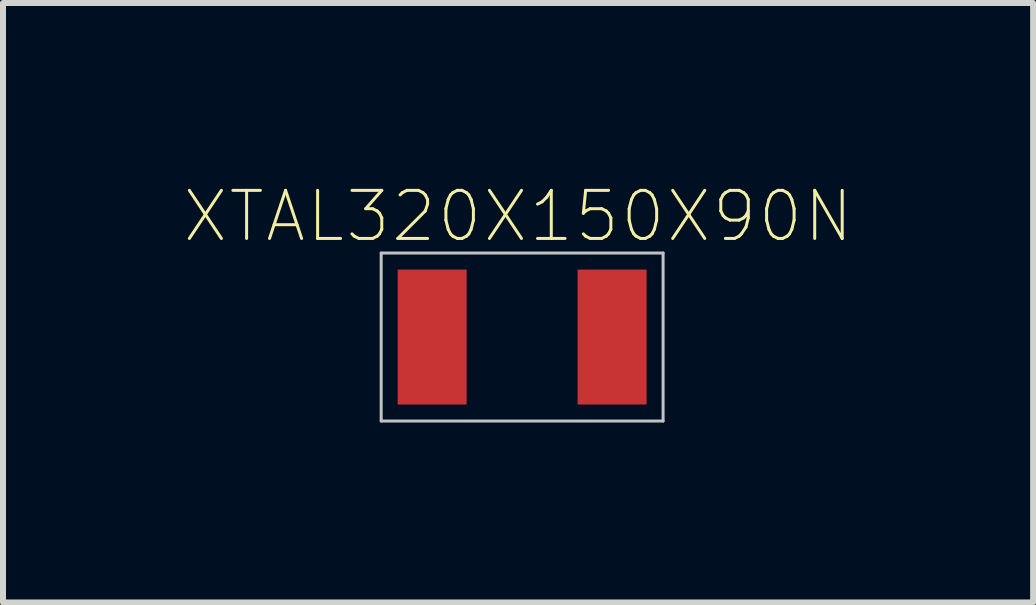
<source format=kicad_pcb>
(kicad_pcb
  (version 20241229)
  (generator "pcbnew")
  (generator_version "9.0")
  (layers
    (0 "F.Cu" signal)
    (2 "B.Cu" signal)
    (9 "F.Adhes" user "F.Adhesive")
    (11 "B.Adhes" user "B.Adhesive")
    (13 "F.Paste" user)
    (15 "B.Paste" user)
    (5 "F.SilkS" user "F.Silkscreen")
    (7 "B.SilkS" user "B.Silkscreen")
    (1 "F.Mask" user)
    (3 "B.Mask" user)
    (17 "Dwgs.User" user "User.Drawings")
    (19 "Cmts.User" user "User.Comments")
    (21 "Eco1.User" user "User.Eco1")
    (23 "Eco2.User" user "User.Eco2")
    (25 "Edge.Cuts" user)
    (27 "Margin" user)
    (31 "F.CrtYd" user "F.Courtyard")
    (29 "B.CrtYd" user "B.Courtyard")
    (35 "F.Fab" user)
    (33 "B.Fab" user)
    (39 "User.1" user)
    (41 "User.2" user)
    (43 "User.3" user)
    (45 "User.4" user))
  (footprint "XTAL320X150X90N"
    (layer "F.Cu")
    (at 5.655 2.569)
    (property "Reference" "XTAL320X150X90N" (at -0.068 -2.012 0) (layer "F.SilkS") (effects (font (size 0.802 0.802) (thickness 0.05))))
    (attr smd)
    (fp_line (start -2.35 -1.4) (end 2.35 -1.4) (stroke (width 0.05) (type solid)) (layer "Dwgs.User"))
    (fp_line (start -2.35 1.4) (end -2.35 -1.4) (stroke (width 0.05) (type solid)) (layer "Dwgs.User"))
    (fp_line (start 2.35 -1.4) (end 2.35 1.4) (stroke (width 0.05) (type solid)) (layer "Dwgs.User"))
    (fp_line (start 2.35 1.4) (end -2.35 1.4) (stroke (width 0.05) (type solid)) (layer "Dwgs.User"))
    (pad "1" smd rect (at -1.5 0) (size 1.15 2.25) (layers "F.Cu" "F.Mask" "F.Paste"))
    (pad "2" smd rect (at 1.5 0) (size 1.15 2.25) (layers "F.Cu" "F.Mask" "F.Paste")))
  (gr_rect
    (start -3 -3)
    (end 14.174 6.994)
    (stroke (width 0.1) (type default))
    (fill no)
    (layer "Edge.Cuts")))
</source>
